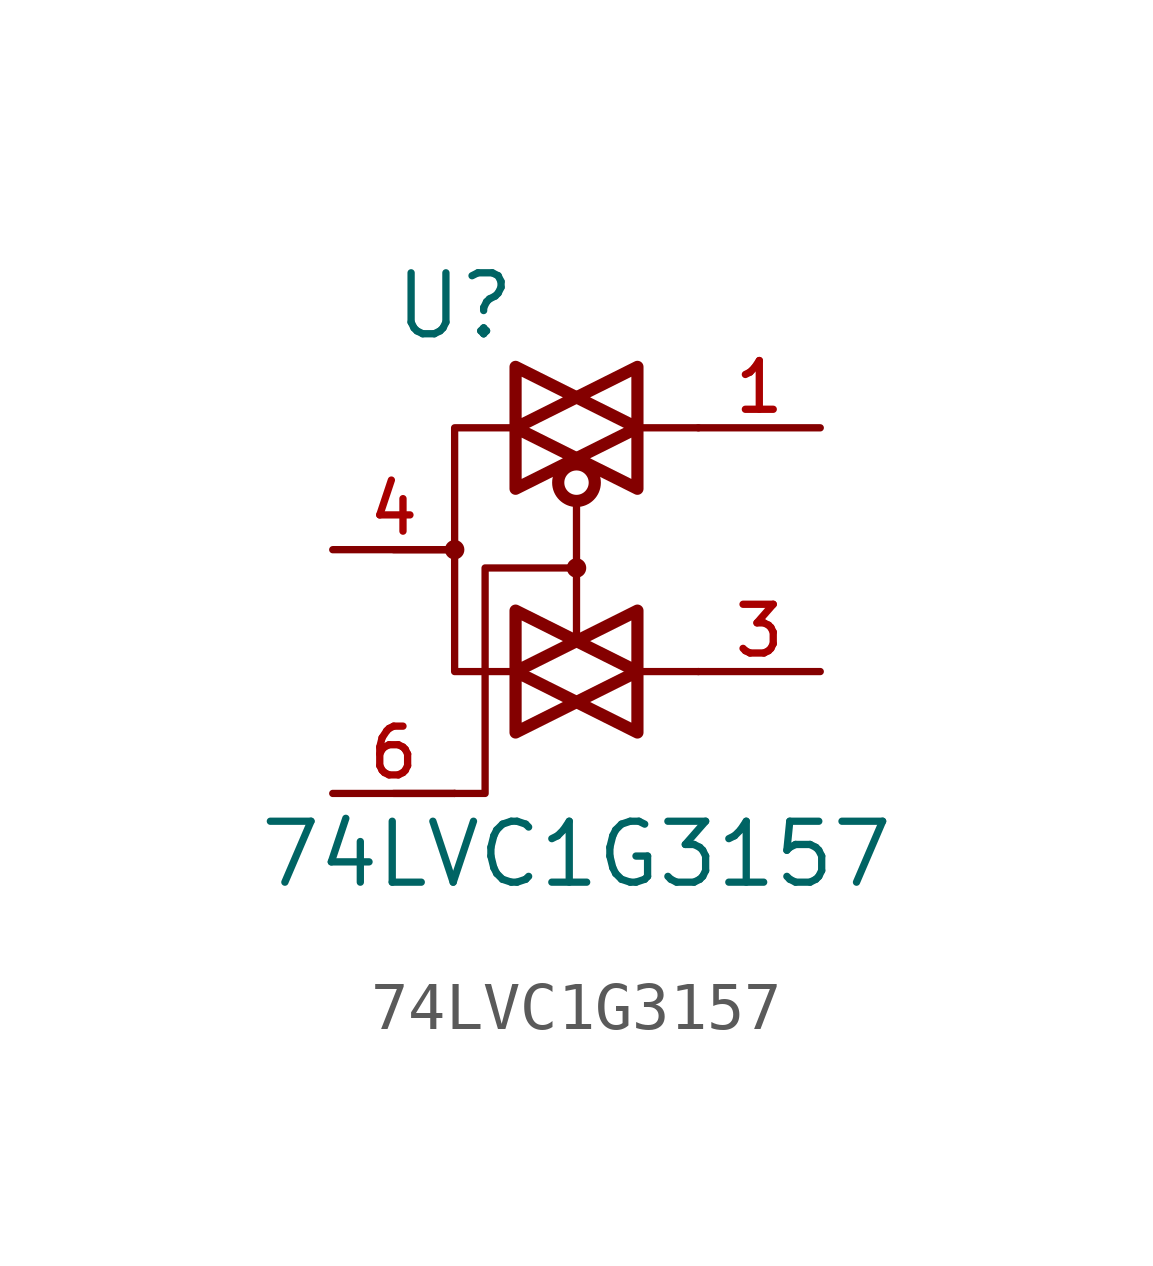
<source format=kicad_sym>
(kicad_symbol_lib
  (version 20200126)
  (host kicad_symbol_editor "(5.99.0-1973-g8c57821e9)")
  (symbol "74LVC1G3157:74LVC1G3157"
    (property "Reference" "U"
      (at -2.54 5.08 0)
      (effects (font (size 1.27 1.27))))
    (property "Value" "74LVC1G3157"
      (at 0 -6.35 0)
      (effects (font (size 1.27 1.27))))
    (symbol "74LVC1G3157_0_0"
      (circle (center -2.54 0) (radius 0.127) (stroke (width 0)) (fill (type none)))
      (circle (center 0 -0.381) (radius 0.127) (stroke (width 0)) (fill (type none)))
      (circle (center 0 1.397) (radius 0.381) (stroke (width 0.254)) (fill (type none)))
      (polyline (pts (xy -3.81 -5.08) (xy -2.54 -5.08)) (stroke (width 0)) (fill (type none)))
      (polyline (pts (xy -3.81 0) (xy -2.54 0)) (stroke (width 0)) (fill (type none)))
      (polyline (pts (xy 2.54 -2.54) (xy 1.27 -2.54)) (stroke (width 0)) (fill (type none)))
      (polyline (pts (xy 2.54 2.54) (xy 1.27 2.54)) (stroke (width 0)) (fill (type none)))
      (polyline (pts (xy 0 1.016) (xy 0 0) (xy 0 -1.905)) (stroke (width 0)) (fill (type none)))
      (polyline (pts (xy -1.27 -2.54) (xy 0 -3.175) (xy -1.27 -3.81) (xy -1.27 -2.54)) (stroke (width 0.254)) (fill (type none)))
      (polyline (pts (xy -1.27 -1.27) (xy -1.27 -2.54) (xy 0 -1.905) (xy -1.27 -1.27)) (stroke (width 0.254)) (fill (type none)))
      (polyline (pts (xy -1.27 2.54) (xy 0 1.905) (xy -1.27 1.27) (xy -1.27 2.54)) (stroke (width 0.254)) (fill (type none)))
      (polyline (pts (xy -1.27 3.81) (xy 0 3.175) (xy -1.27 2.54) (xy -1.27 3.81)) (stroke (width 0.254)) (fill (type none)))
      (polyline (pts (xy 0 -0.381) (xy -1.905 -0.381) (xy -1.905 -5.08) (xy -2.54 -5.08)) (stroke (width 0)) (fill (type none)))
      (polyline (pts (xy 1.27 -2.54) (xy 0 -3.175) (xy 1.27 -3.81) (xy 1.27 -2.54)) (stroke (width 0.254)) (fill (type none)))
      (polyline (pts (xy 1.27 -1.27) (xy 1.27 -2.54) (xy 0 -1.905) (xy 1.27 -1.27)) (stroke (width 0.254)) (fill (type none)))
      (polyline (pts (xy 1.27 2.54) (xy 1.27 1.27) (xy 0 1.905) (xy 1.27 2.54)) (stroke (width 0.254)) (fill (type none)))
      (polyline (pts (xy 1.27 2.54) (xy 1.27 3.81) (xy 0 3.175) (xy 1.27 2.54)) (stroke (width 0.254)) (fill (type none)))
      (polyline (pts (xy -1.27 2.54) (xy -2.54 2.54) (xy -2.54 0) (xy -2.54 -2.54) (xy -1.27 -2.54)) (stroke (width 0)) (fill (type none)))
      (pin power_in line (at 0 -5.08 270) (length 0) hide (name "GND" (effects (font (size 1.016 1.016)))) (number "2" (effects (font (size 1.016 1.016)))))
      (pin power_in line (at 0 5.08 90) (length 0) hide (name "VCC" (effects (font (size 1.016 1.016)))) (number "5" (effects (font (size 1.016 1.016)))))
      (pin bidirectional line (at 5.08 2.54 180) (length 2.54) (name "~" (effects (font (size 1.016 1.016)))) (number "1" (effects (font (size 1.016 1.016)))))
      (pin bidirectional line (at 5.08 -2.54 180) (length 2.54) (name "~" (effects (font (size 1.016 1.016)))) (number "3" (effects (font (size 1.016 1.016)))))
      (pin bidirectional line (at -5.08 0 0) (length 2.54) (name "~" (effects (font (size 1.016 1.016)))) (number "4" (effects (font (size 1.016 1.016)))))
      (pin input line (at -5.08 -5.08 0) (length 2.54) (name "~" (effects (font (size 1.016 1.016)))) (number "6" (effects (font (size 1.016 1.016))))))))
</source>
